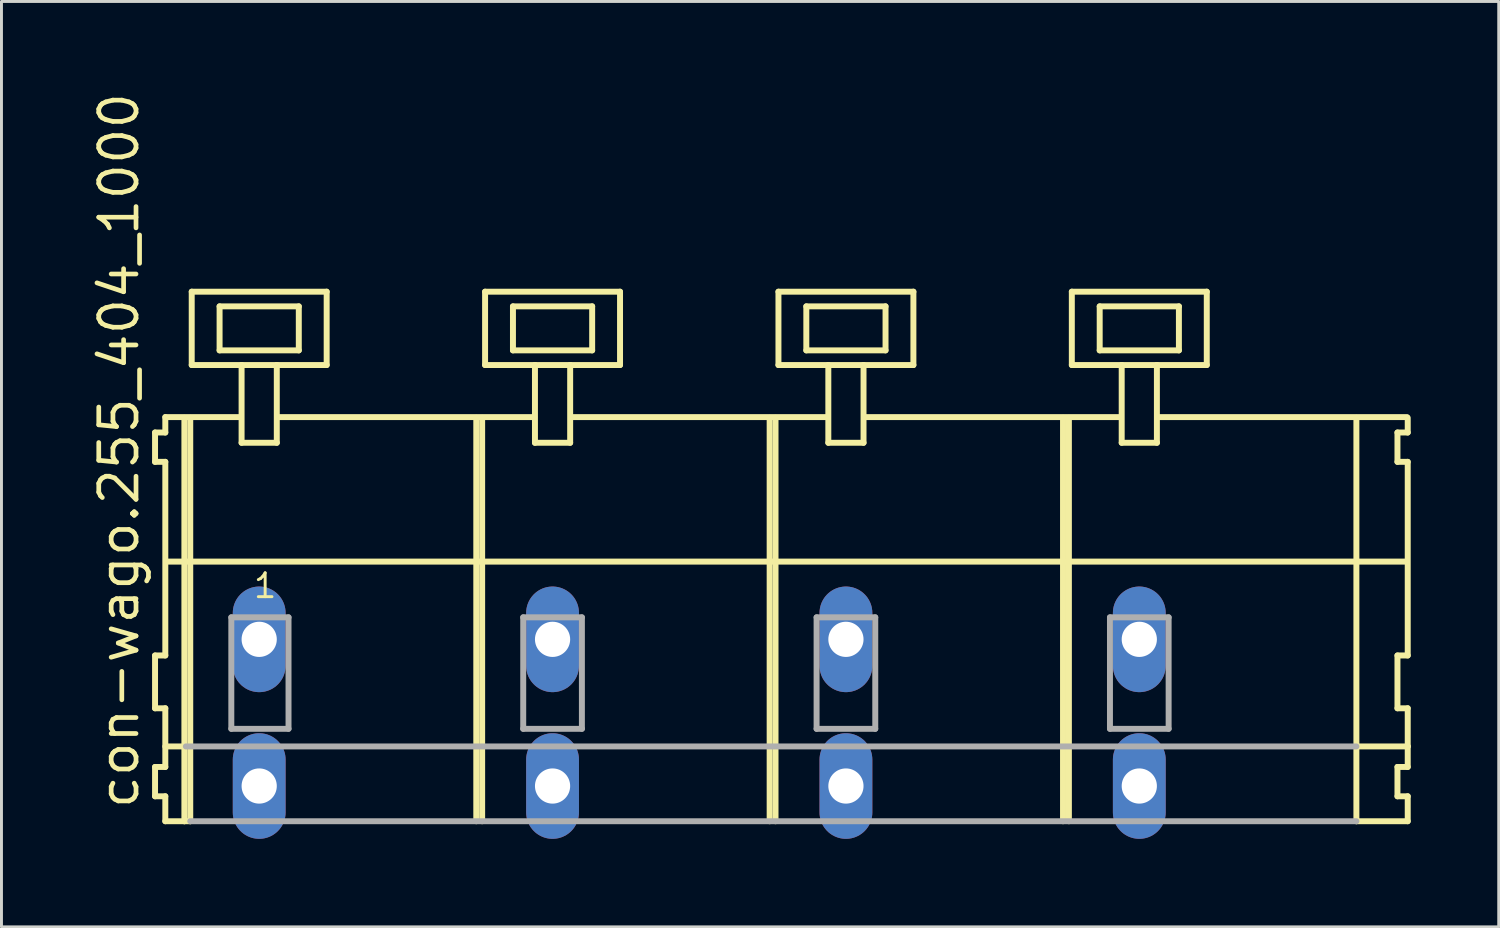
<source format=kicad_pcb>
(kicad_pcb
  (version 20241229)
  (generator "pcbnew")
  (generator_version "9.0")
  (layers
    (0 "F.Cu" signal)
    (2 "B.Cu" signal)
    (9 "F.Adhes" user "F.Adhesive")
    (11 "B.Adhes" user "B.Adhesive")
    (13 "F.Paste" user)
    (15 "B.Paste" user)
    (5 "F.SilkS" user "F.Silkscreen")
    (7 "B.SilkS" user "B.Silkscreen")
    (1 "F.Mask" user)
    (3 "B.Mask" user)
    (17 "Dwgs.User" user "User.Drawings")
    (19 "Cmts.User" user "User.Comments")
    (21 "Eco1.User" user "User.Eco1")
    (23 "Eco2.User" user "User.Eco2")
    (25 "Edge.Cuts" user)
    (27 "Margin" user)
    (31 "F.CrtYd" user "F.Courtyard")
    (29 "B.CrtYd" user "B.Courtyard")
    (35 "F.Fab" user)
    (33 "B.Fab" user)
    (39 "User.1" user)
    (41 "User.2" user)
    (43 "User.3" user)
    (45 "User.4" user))
  (footprint "con-wago.255_404_1000"
    (layer "F.Cu")
    (at 23.285 18.743)
    (property "Reference" "con-wago.255_404_1000" (at -21.535 5.855 90) (layer "F.SilkS") (effects (font (size 1.27 1.27) (thickness 0.16)) (justify left bottom)))
    (attr through_hole)
    (fp_line (start -21.05 -7.05) (end -21.05 -6.05) (stroke (width 0.203) (type default)) (layer "F.SilkS"))
    (fp_line (start -21.05 -6.05) (end -20.7 -6.05) (stroke (width 0.203) (type default)) (layer "F.SilkS"))
    (fp_line (start -21.05 0.55) (end -21.05 2.35) (stroke (width 0.203) (type default)) (layer "F.SilkS"))
    (fp_line (start -21.05 2.35) (end -20.7 2.35) (stroke (width 0.203) (type default)) (layer "F.SilkS"))
    (fp_line (start -21.05 4.35) (end -21.05 5.35) (stroke (width 0.203) (type default)) (layer "F.SilkS"))
    (fp_line (start -21.05 5.35) (end -20.7 5.35) (stroke (width 0.203) (type default)) (layer "F.SilkS"))
    (fp_line (start -20.7 -7.575) (end -20.7 -7.05) (stroke (width 0.203) (type default)) (layer "F.SilkS"))
    (fp_line (start -20.7 -7.575) (end -18.125 -7.575) (stroke (width 0.203) (type default)) (layer "F.SilkS"))
    (fp_line (start -20.7 -7.05) (end -21.05 -7.05) (stroke (width 0.203) (type default)) (layer "F.SilkS"))
    (fp_line (start -20.7 -6.05) (end -20.7 0.55) (stroke (width 0.203) (type default)) (layer "F.SilkS"))
    (fp_line (start -20.7 0.55) (end -21.05 0.55) (stroke (width 0.203) (type default)) (layer "F.SilkS"))
    (fp_line (start -20.7 2.35) (end -20.7 4.35) (stroke (width 0.203) (type default)) (layer "F.SilkS"))
    (fp_line (start -20.7 3.65) (end -20 3.65) (stroke (width 0.203) (type default)) (layer "F.SilkS"))
    (fp_line (start -20.7 4.35) (end -21.05 4.35) (stroke (width 0.203) (type default)) (layer "F.SilkS"))
    (fp_line (start -20.7 5.35) (end -20.7 6.2) (stroke (width 0.203) (type default)) (layer "F.SilkS"))
    (fp_line (start -20.7 6.2) (end -20.05 6.2) (stroke (width 0.203) (type default)) (layer "F.SilkS"))
    (fp_line (start -20.65 -2.65) (end 21.6 -2.65) (stroke (width 0.203) (type default)) (layer "F.SilkS"))
    (fp_line (start -20.05 -7.55) (end -20.05 6.2) (stroke (width 0.203) (type default)) (layer "F.SilkS"))
    (fp_line (start -20.05 6.2) (end -19.85 6.2) (stroke (width 0.203) (type default)) (layer "F.SilkS"))
    (fp_line (start -19.85 -7.55) (end -19.85 6.2) (stroke (width 0.203) (type default)) (layer "F.SilkS"))
    (fp_line (start -19.8 -11.85) (end -19.8 -9.35) (stroke (width 0.203) (type default)) (layer "F.SilkS"))
    (fp_line (start -19.8 -9.35) (end -18.1 -9.35) (stroke (width 0.203) (type default)) (layer "F.SilkS"))
    (fp_line (start -18.85 -11.35) (end -18.85 -9.85) (stroke (width 0.203) (type default)) (layer "F.SilkS"))
    (fp_line (start -18.85 -9.85) (end -16.15 -9.85) (stroke (width 0.203) (type default)) (layer "F.SilkS"))
    (fp_line (start -18.1 -9.35) (end -18.1 -6.7) (stroke (width 0.203) (type default)) (layer "F.SilkS"))
    (fp_line (start -18.1 -9.35) (end -16.9 -9.35) (stroke (width 0.203) (type default)) (layer "F.SilkS"))
    (fp_line (start -18.1 -6.7) (end -16.9 -6.7) (stroke (width 0.203) (type default)) (layer "F.SilkS"))
    (fp_line (start -16.9 -9.35) (end -15.2 -9.35) (stroke (width 0.203) (type default)) (layer "F.SilkS"))
    (fp_line (start -16.9 -6.7) (end -16.9 -9.35) (stroke (width 0.203) (type default)) (layer "F.SilkS"))
    (fp_line (start -16.825 -7.575) (end -8.125 -7.575) (stroke (width 0.203) (type default)) (layer "F.SilkS"))
    (fp_line (start -16.15 -11.35) (end -18.85 -11.35) (stroke (width 0.203) (type default)) (layer "F.SilkS"))
    (fp_line (start -16.15 -9.85) (end -16.15 -11.35) (stroke (width 0.203) (type default)) (layer "F.SilkS"))
    (fp_line (start -15.2 -11.85) (end -19.8 -11.85) (stroke (width 0.203) (type default)) (layer "F.SilkS"))
    (fp_line (start -15.2 -9.35) (end -15.2 -11.85) (stroke (width 0.203) (type default)) (layer "F.SilkS"))
    (fp_line (start -10.1 -7.55) (end -10.1 6.2) (stroke (width 0.203) (type default)) (layer "F.SilkS"))
    (fp_line (start -9.9 -7.55) (end -9.9 6.2) (stroke (width 0.203) (type default)) (layer "F.SilkS"))
    (fp_line (start -9.8 -11.85) (end -9.8 -9.35) (stroke (width 0.203) (type default)) (layer "F.SilkS"))
    (fp_line (start -9.8 -9.35) (end -8.1 -9.35) (stroke (width 0.203) (type default)) (layer "F.SilkS"))
    (fp_line (start -8.85 -11.35) (end -8.85 -9.85) (stroke (width 0.203) (type default)) (layer "F.SilkS"))
    (fp_line (start -8.85 -9.85) (end -6.15 -9.85) (stroke (width 0.203) (type default)) (layer "F.SilkS"))
    (fp_line (start -8.1 -9.35) (end -8.1 -6.7) (stroke (width 0.203) (type default)) (layer "F.SilkS"))
    (fp_line (start -8.1 -9.35) (end -6.9 -9.35) (stroke (width 0.203) (type default)) (layer "F.SilkS"))
    (fp_line (start -8.1 -6.7) (end -6.9 -6.7) (stroke (width 0.203) (type default)) (layer "F.SilkS"))
    (fp_line (start -6.9 -9.35) (end -5.2 -9.35) (stroke (width 0.203) (type default)) (layer "F.SilkS"))
    (fp_line (start -6.9 -6.7) (end -6.9 -9.35) (stroke (width 0.203) (type default)) (layer "F.SilkS"))
    (fp_line (start -6.825 -7.575) (end 1.875 -7.575) (stroke (width 0.203) (type default)) (layer "F.SilkS"))
    (fp_line (start -6.15 -11.35) (end -8.85 -11.35) (stroke (width 0.203) (type default)) (layer "F.SilkS"))
    (fp_line (start -6.15 -9.85) (end -6.15 -11.35) (stroke (width 0.203) (type default)) (layer "F.SilkS"))
    (fp_line (start -5.2 -11.85) (end -9.8 -11.85) (stroke (width 0.203) (type default)) (layer "F.SilkS"))
    (fp_line (start -5.2 -9.35) (end -5.2 -11.85) (stroke (width 0.203) (type default)) (layer "F.SilkS"))
    (fp_line (start -0.1 -7.55) (end -0.1 6.2) (stroke (width 0.203) (type default)) (layer "F.SilkS"))
    (fp_line (start 0.1 -7.55) (end 0.1 6.2) (stroke (width 0.203) (type default)) (layer "F.SilkS"))
    (fp_line (start 0.2 -11.85) (end 0.2 -9.35) (stroke (width 0.203) (type default)) (layer "F.SilkS"))
    (fp_line (start 0.2 -9.35) (end 1.9 -9.35) (stroke (width 0.203) (type default)) (layer "F.SilkS"))
    (fp_line (start 1.15 -11.35) (end 1.15 -9.85) (stroke (width 0.203) (type default)) (layer "F.SilkS"))
    (fp_line (start 1.15 -9.85) (end 3.85 -9.85) (stroke (width 0.203) (type default)) (layer "F.SilkS"))
    (fp_line (start 1.9 -9.35) (end 1.9 -6.7) (stroke (width 0.203) (type default)) (layer "F.SilkS"))
    (fp_line (start 1.9 -9.35) (end 3.1 -9.35) (stroke (width 0.203) (type default)) (layer "F.SilkS"))
    (fp_line (start 1.9 -6.7) (end 3.1 -6.7) (stroke (width 0.203) (type default)) (layer "F.SilkS"))
    (fp_line (start 3.1 -9.35) (end 4.8 -9.35) (stroke (width 0.203) (type default)) (layer "F.SilkS"))
    (fp_line (start 3.1 -6.7) (end 3.1 -9.35) (stroke (width 0.203) (type default)) (layer "F.SilkS"))
    (fp_line (start 3.175 -7.575) (end 11.875 -7.575) (stroke (width 0.203) (type default)) (layer "F.SilkS"))
    (fp_line (start 3.85 -11.35) (end 1.15 -11.35) (stroke (width 0.203) (type default)) (layer "F.SilkS"))
    (fp_line (start 3.85 -9.85) (end 3.85 -11.35) (stroke (width 0.203) (type default)) (layer "F.SilkS"))
    (fp_line (start 4.8 -11.85) (end 0.2 -11.85) (stroke (width 0.203) (type default)) (layer "F.SilkS"))
    (fp_line (start 4.8 -9.35) (end 4.8 -11.85) (stroke (width 0.203) (type default)) (layer "F.SilkS"))
    (fp_line (start 9.9 -7.55) (end 9.9 6.2) (stroke (width 0.203) (type default)) (layer "F.SilkS"))
    (fp_line (start 10.1 -7.55) (end 10.1 6.2) (stroke (width 0.203) (type default)) (layer "F.SilkS"))
    (fp_line (start 10.2 -11.85) (end 10.2 -9.35) (stroke (width 0.203) (type default)) (layer "F.SilkS"))
    (fp_line (start 10.2 -9.35) (end 11.9 -9.35) (stroke (width 0.203) (type default)) (layer "F.SilkS"))
    (fp_line (start 11.15 -11.35) (end 11.15 -9.85) (stroke (width 0.203) (type default)) (layer "F.SilkS"))
    (fp_line (start 11.15 -9.85) (end 13.85 -9.85) (stroke (width 0.203) (type default)) (layer "F.SilkS"))
    (fp_line (start 11.9 -9.35) (end 11.9 -6.7) (stroke (width 0.203) (type default)) (layer "F.SilkS"))
    (fp_line (start 11.9 -9.35) (end 13.1 -9.35) (stroke (width 0.203) (type default)) (layer "F.SilkS"))
    (fp_line (start 11.9 -6.7) (end 13.1 -6.7) (stroke (width 0.203) (type default)) (layer "F.SilkS"))
    (fp_line (start 13.1 -9.35) (end 14.8 -9.35) (stroke (width 0.203) (type default)) (layer "F.SilkS"))
    (fp_line (start 13.1 -6.7) (end 13.1 -9.35) (stroke (width 0.203) (type default)) (layer "F.SilkS"))
    (fp_line (start 13.125 -7.575) (end 21.625 -7.575) (stroke (width 0.203) (type default)) (layer "F.SilkS"))
    (fp_line (start 13.85 -11.35) (end 11.15 -11.35) (stroke (width 0.203) (type default)) (layer "F.SilkS"))
    (fp_line (start 13.85 -9.85) (end 13.85 -11.35) (stroke (width 0.203) (type default)) (layer "F.SilkS"))
    (fp_line (start 14.8 -11.85) (end 10.2 -11.85) (stroke (width 0.203) (type default)) (layer "F.SilkS"))
    (fp_line (start 14.8 -9.35) (end 14.8 -11.85) (stroke (width 0.203) (type default)) (layer "F.SilkS"))
    (fp_line (start 19.9 -7.55) (end 19.9 6.2) (stroke (width 0.203) (type default)) (layer "F.SilkS"))
    (fp_line (start 19.9 6.2) (end 21.65 6.2) (stroke (width 0.203) (type default)) (layer "F.SilkS"))
    (fp_line (start 19.95 3.65) (end 21.65 3.65) (stroke (width 0.203) (type default)) (layer "F.SilkS"))
    (fp_line (start 21.3 -7.05) (end 21.3 -6.05) (stroke (width 0.203) (type default)) (layer "F.SilkS"))
    (fp_line (start 21.3 -6.05) (end 21.65 -6.05) (stroke (width 0.203) (type default)) (layer "F.SilkS"))
    (fp_line (start 21.3 0.55) (end 21.3 2.35) (stroke (width 0.203) (type default)) (layer "F.SilkS"))
    (fp_line (start 21.3 2.35) (end 21.65 2.35) (stroke (width 0.203) (type default)) (layer "F.SilkS"))
    (fp_line (start 21.3 4.35) (end 21.3 5.35) (stroke (width 0.203) (type default)) (layer "F.SilkS"))
    (fp_line (start 21.3 5.35) (end 21.65 5.35) (stroke (width 0.203) (type default)) (layer "F.SilkS"))
    (fp_line (start 21.65 -7.05) (end 21.3 -7.05) (stroke (width 0.203) (type default)) (layer "F.SilkS"))
    (fp_line (start 21.65 -7.05) (end 21.65 -7.55) (stroke (width 0.203) (type default)) (layer "F.SilkS"))
    (fp_line (start 21.65 0.55) (end 21.3 0.55) (stroke (width 0.203) (type default)) (layer "F.SilkS"))
    (fp_line (start 21.65 0.55) (end 21.65 -6.05) (stroke (width 0.203) (type default)) (layer "F.SilkS"))
    (fp_line (start 21.65 3.65) (end 21.65 2.35) (stroke (width 0.203) (type default)) (layer "F.SilkS"))
    (fp_line (start 21.65 4.35) (end 21.3 4.35) (stroke (width 0.203) (type default)) (layer "F.SilkS"))
    (fp_line (start 21.65 4.35) (end 21.65 3.65) (stroke (width 0.203) (type default)) (layer "F.SilkS"))
    (fp_line (start 21.65 6.2) (end 21.65 5.35) (stroke (width 0.203) (type default)) (layer "F.SilkS"))
    (fp_line (start -20 3.65) (end 19.9 3.65) (stroke (width 0.203) (type default)) (layer "F.Fab"))
    (fp_line (start -19.85 6.2) (end 19.9 6.2) (stroke (width 0.203) (type default)) (layer "F.Fab"))
    (fp_line (start -18.45 -0.75) (end -18.45 3.05) (stroke (width 0.203) (type default)) (layer "F.Fab"))
    (fp_line (start -18.45 3.05) (end -16.5 3.05) (stroke (width 0.203) (type default)) (layer "F.Fab"))
    (fp_line (start -16.5 -0.75) (end -18.45 -0.75) (stroke (width 0.203) (type default)) (layer "F.Fab"))
    (fp_line (start -16.5 3.05) (end -16.5 -0.75) (stroke (width 0.203) (type default)) (layer "F.Fab"))
    (fp_line (start -8.5 -0.75) (end -8.5 3.05) (stroke (width 0.203) (type default)) (layer "F.Fab"))
    (fp_line (start -8.5 3.05) (end -6.5 3.05) (stroke (width 0.203) (type default)) (layer "F.Fab"))
    (fp_line (start -6.5 -0.75) (end -8.5 -0.75) (stroke (width 0.203) (type default)) (layer "F.Fab"))
    (fp_line (start -6.5 3.05) (end -6.5 -0.75) (stroke (width 0.203) (type default)) (layer "F.Fab"))
    (fp_line (start 1.5 -0.75) (end 1.5 3.05) (stroke (width 0.203) (type default)) (layer "F.Fab"))
    (fp_line (start 1.5 3.05) (end 3.5 3.05) (stroke (width 0.203) (type default)) (layer "F.Fab"))
    (fp_line (start 3.5 -0.75) (end 1.5 -0.75) (stroke (width 0.203) (type default)) (layer "F.Fab"))
    (fp_line (start 3.5 3.05) (end 3.5 -0.75) (stroke (width 0.203) (type default)) (layer "F.Fab"))
    (fp_line (start 11.5 -0.75) (end 11.5 3.05) (stroke (width 0.203) (type default)) (layer "F.Fab"))
    (fp_line (start 11.5 3.05) (end 13.5 3.05) (stroke (width 0.203) (type default)) (layer "F.Fab"))
    (fp_line (start 13.5 -0.75) (end 11.5 -0.75) (stroke (width 0.203) (type default)) (layer "F.Fab"))
    (fp_line (start 13.5 3.05) (end 13.5 -0.75) (stroke (width 0.203) (type default)) (layer "F.Fab"))
    (fp_text user "1" (at -17.75 -1.35 0) (layer "F.SilkS") (effects (font (size 0.813 0.813) (thickness 0.1)) (justify left bottom)))
    (pad "A1" thru_hole oval (at -17.5 0 90) (size 3.6 1.8) (drill 1.2) (layers "*.Cu" "*.Mask"))
    (pad "A2" thru_hole oval (at -7.5 0 90) (size 3.6 1.8) (drill 1.2) (layers "*.Cu" "*.Mask"))
    (pad "A3" thru_hole oval (at 2.5 0 90) (size 3.6 1.8) (drill 1.2) (layers "*.Cu" "*.Mask"))
    (pad "A4" thru_hole oval (at 12.5 0 90) (size 3.6 1.8) (drill 1.2) (layers "*.Cu" "*.Mask"))
    (pad "B1" thru_hole oval (at -17.5 5 90) (size 3.6 1.8) (drill 1.2) (layers "*.Cu" "*.Mask"))
    (pad "B2" thru_hole oval (at -7.5 5 90) (size 3.6 1.8) (drill 1.2) (layers "*.Cu" "*.Mask"))
    (pad "B3" thru_hole oval (at 2.5 5 90) (size 3.6 1.8) (drill 1.2) (layers "*.Cu" "*.Mask"))
    (pad "B4" thru_hole oval (at 12.5 5 90) (size 3.6 1.8) (drill 1.2) (layers "*.Cu" "*.Mask")))
  (gr_rect
    (start -3 -3)
    (end 48.037 28.543)
    (stroke (width 0.1) (type default))
    (fill no)
    (layer "Edge.Cuts")))
</source>
